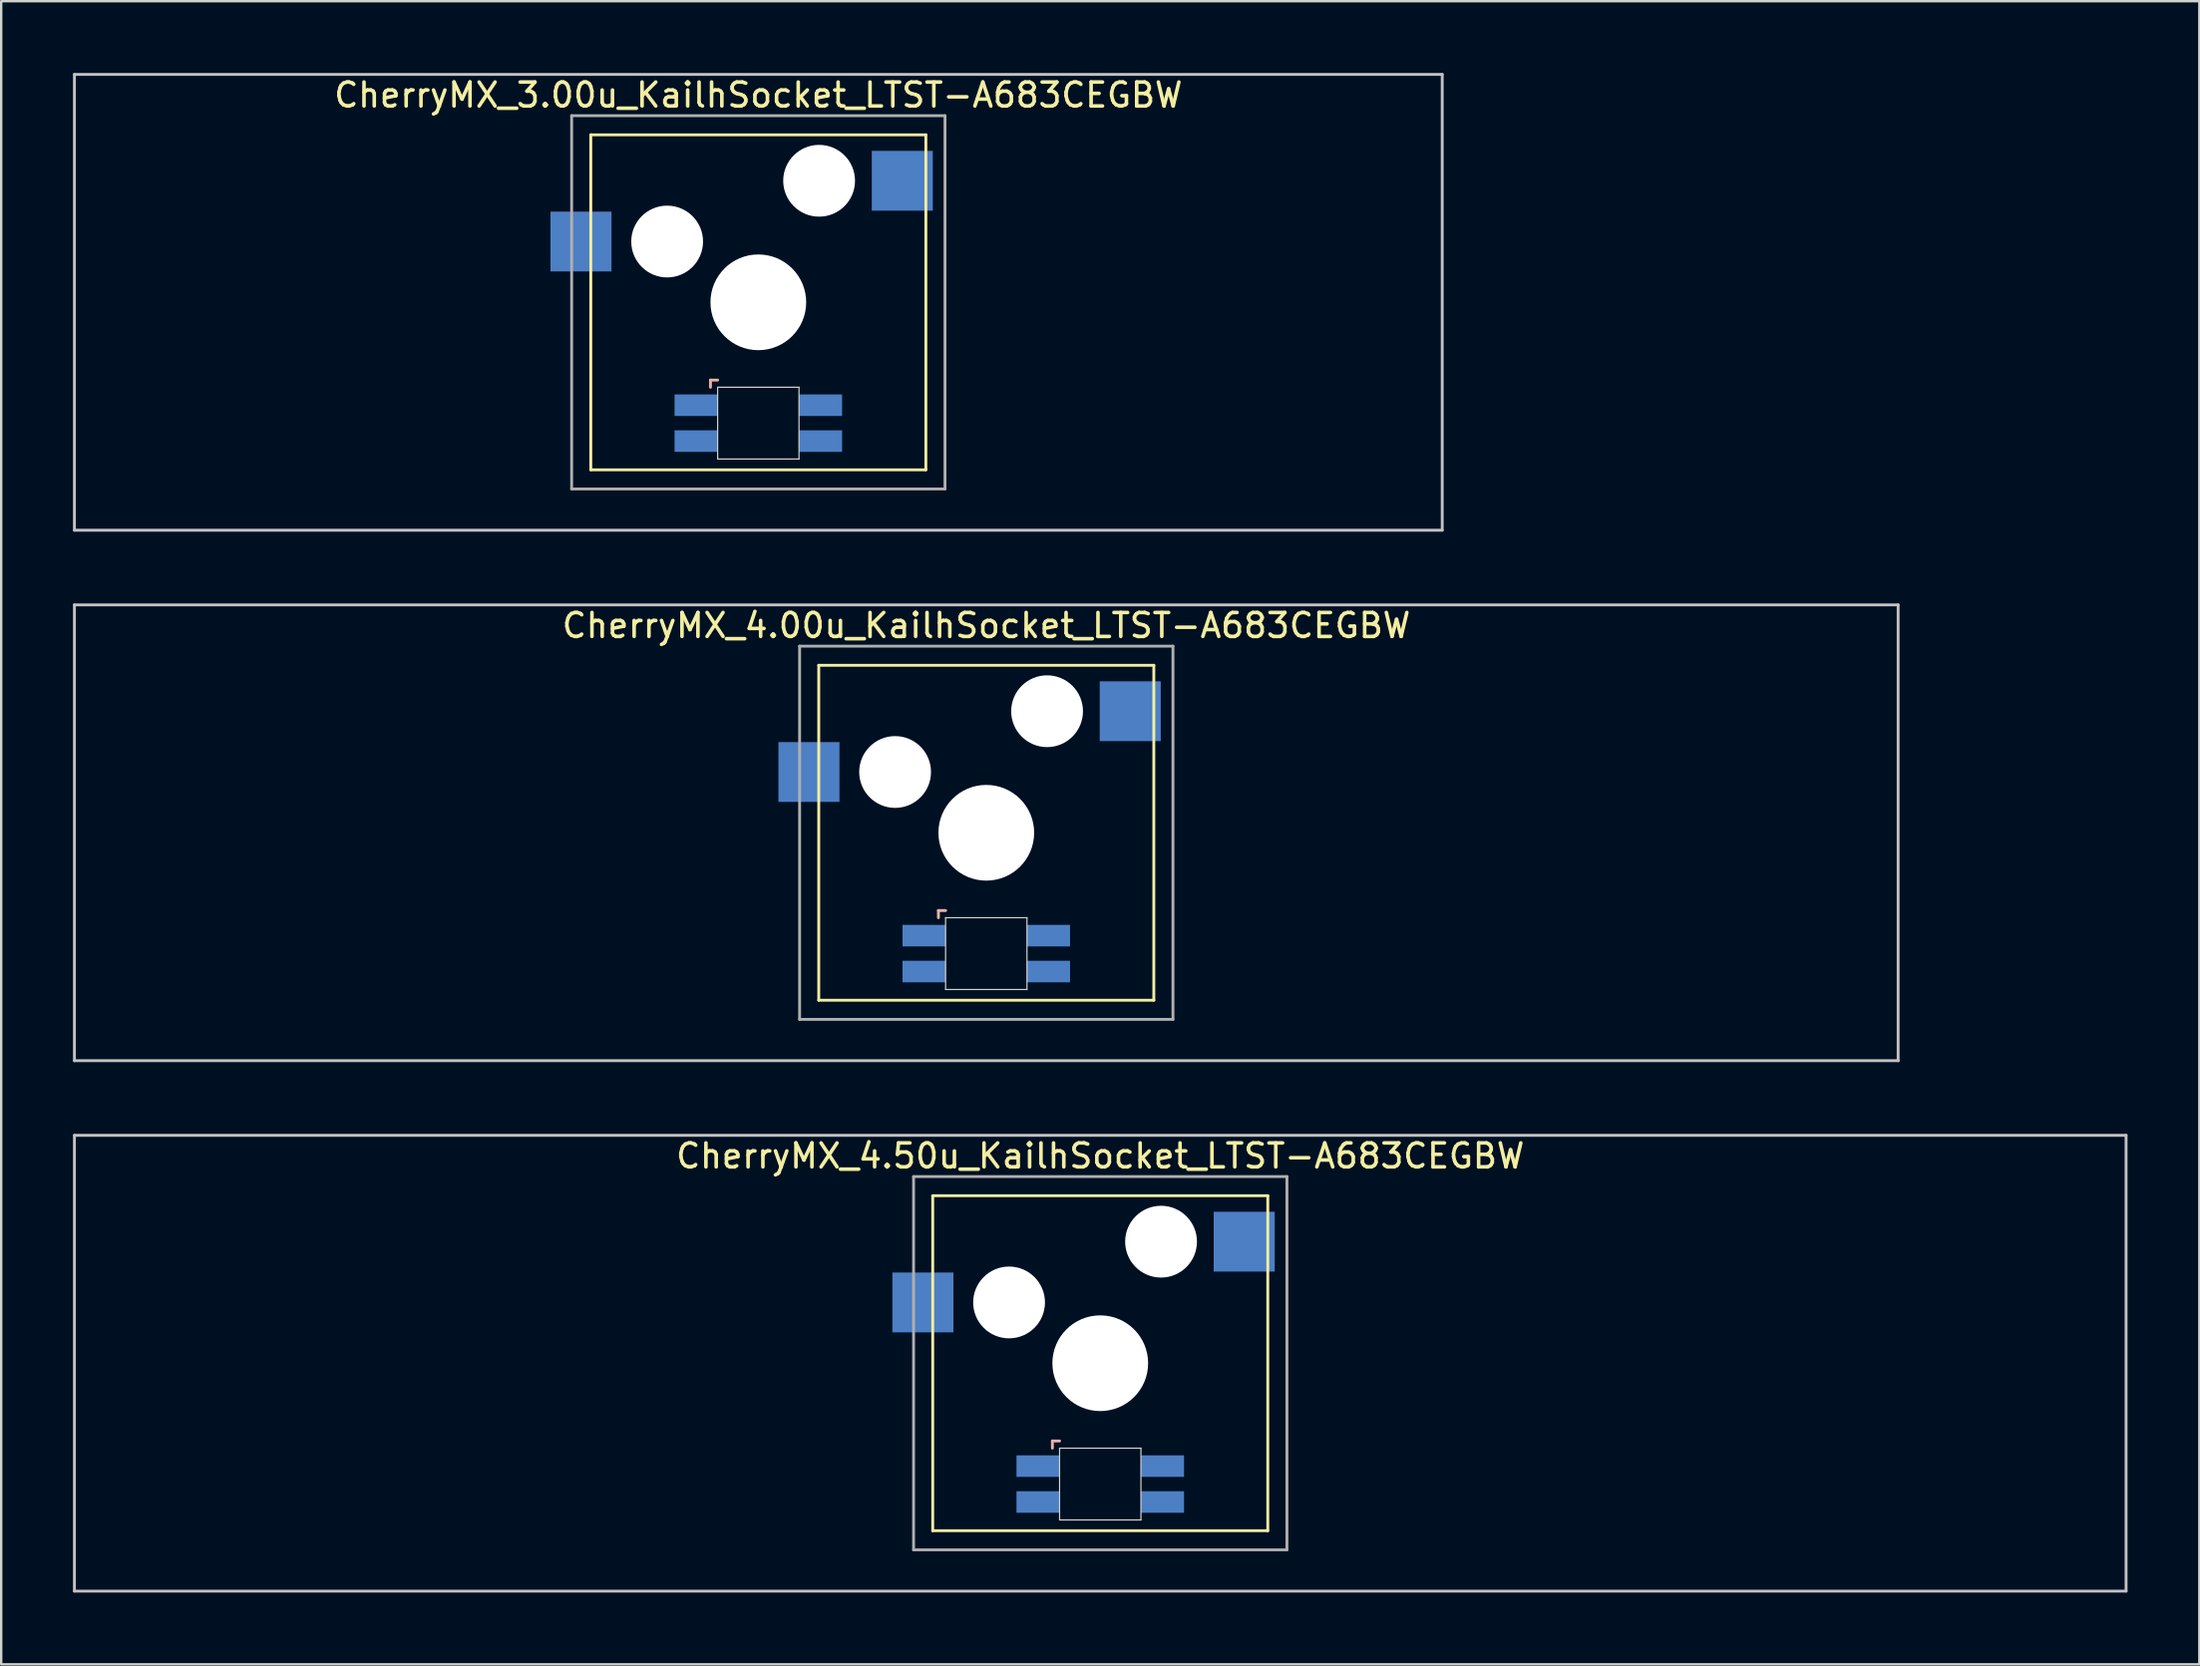
<source format=kicad_pcb>
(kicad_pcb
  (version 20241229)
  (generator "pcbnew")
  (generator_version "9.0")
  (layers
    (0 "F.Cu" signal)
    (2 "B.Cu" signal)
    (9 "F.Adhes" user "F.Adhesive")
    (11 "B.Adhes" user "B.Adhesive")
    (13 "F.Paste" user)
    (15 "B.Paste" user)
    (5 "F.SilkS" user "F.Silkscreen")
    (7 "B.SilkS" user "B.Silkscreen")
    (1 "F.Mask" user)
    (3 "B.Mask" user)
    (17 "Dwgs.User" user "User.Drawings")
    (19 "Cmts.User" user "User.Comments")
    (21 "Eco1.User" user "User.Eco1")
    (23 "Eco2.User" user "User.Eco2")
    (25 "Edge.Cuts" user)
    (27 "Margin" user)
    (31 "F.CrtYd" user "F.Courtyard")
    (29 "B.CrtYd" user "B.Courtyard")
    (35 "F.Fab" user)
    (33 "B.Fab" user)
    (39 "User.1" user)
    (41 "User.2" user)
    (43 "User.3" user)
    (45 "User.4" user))
  (footprint "CherryMX_4.00u_KailhSocket_LTST-A683CEGBW"
    (layer "F.Cu")
    (at 38.16 31.755)
    (property "Reference" "CherryMX_4.00u_KailhSocket_LTST-A683CEGBW" (at 0 -8.662 0) (layer "F.SilkS") (effects (font (size 1 1) (thickness 0.15))))
    (attr through_hole)
    (fp_line (start -7 -7) (end -7 7) (stroke (width 0.12) (type solid)) (layer "F.SilkS"))
    (fp_line (start -7 -7) (end 7 -7) (stroke (width 0.12) (type solid)) (layer "F.SilkS"))
    (fp_line (start 7 -7) (end 7 7) (stroke (width 0.12) (type solid)) (layer "F.SilkS"))
    (fp_line (start 7 7) (end -7 7) (stroke (width 0.12) (type solid)) (layer "F.SilkS"))
    (fp_line (start -2 3.25) (end -2 3.55) (stroke (width 0.12) (type solid)) (layer "B.SilkS"))
    (fp_line (start -1.7 3.25) (end -2 3.25) (stroke (width 0.12) (type solid)) (layer "B.SilkS"))
    (fp_line (start -38.1 -9.525) (end 38.1 -9.525) (stroke (width 0.12) (type solid)) (layer "Dwgs.User"))
    (fp_line (start -38.1 9.525) (end -38.1 -9.525) (stroke (width 0.12) (type solid)) (layer "Dwgs.User"))
    (fp_line (start 38.1 -9.525) (end 38.1 9.525) (stroke (width 0.12) (type solid)) (layer "Dwgs.User"))
    (fp_line (start 38.1 9.525) (end -38.1 9.525) (stroke (width 0.12) (type solid)) (layer "Dwgs.User"))
    (fp_line (start -1.7 3.55) (end 1.7 3.55) (stroke (width 0.05) (type solid)) (layer "Edge.Cuts"))
    (fp_line (start -1.7 6.55) (end -1.7 3.55) (stroke (width 0.05) (type solid)) (layer "Edge.Cuts"))
    (fp_line (start 1.7 3.55) (end 1.7 6.55) (stroke (width 0.05) (type solid)) (layer "Edge.Cuts"))
    (fp_line (start 1.7 6.55) (end -1.7 6.55) (stroke (width 0.05) (type solid)) (layer "Edge.Cuts"))
    (fp_line (start -7.8 -7.8) (end -7.8 7.8) (stroke (width 0.12) (type solid)) (layer "F.Fab"))
    (fp_line (start -7.8 -7.8) (end 7.8 -7.8) (stroke (width 0.12) (type solid)) (layer "F.Fab"))
    (fp_line (start -7.8 7.8) (end 7.8 7.8) (stroke (width 0.12) (type solid)) (layer "F.Fab"))
    (fp_line (start 7.8 -7.8) (end 7.8 7.8) (stroke (width 0.12) (type solid)) (layer "F.Fab"))
    (pad "" np_thru_hole circle (at -3.81 -2.54) (size 3 3) (drill 3) (layers "*.Cu" "*.Mask"))
    (pad "" np_thru_hole circle (at 0 0) (size 4 4) (drill 4) (layers "*.Cu" "*.Mask"))
    (pad "" np_thru_hole circle (at 2.54 -5.08) (size 3 3) (drill 3) (layers "*.Cu" "*.Mask"))
    (pad "1" smd rect (at -7.41 -2.54) (size 2.55 2.5) (layers "B.Cu" "B.Mask" "B.Paste"))
    (pad "2" smd rect (at 6.015 -5.08) (size 2.55 2.5) (layers "B.Cu" "B.Mask" "B.Paste"))
    (pad "3" smd rect (at -2.6 4.3) (size 1.8 0.9) (layers "B.Cu" "B.Mask" "B.Paste"))
    (pad "4" smd rect (at -2.6 5.8) (size 1.8 0.9) (layers "B.Cu" "B.Mask" "B.Paste"))
    (pad "5" smd rect (at 2.6 4.3) (size 1.8 0.9) (layers "B.Cu" "B.Mask" "B.Paste"))
    (pad "6" smd rect (at 2.6 5.8) (size 1.8 0.9) (layers "B.Cu" "B.Mask" "B.Paste")))
  (footprint "CherryMX_3.00u_KailhSocket_LTST-A683CEGBW"
    (layer "F.Cu")
    (at 28.635 9.585)
    (property "Reference" "CherryMX_3.00u_KailhSocket_LTST-A683CEGBW" (at 0 -8.662 0) (layer "F.SilkS") (effects (font (size 1 1) (thickness 0.15))))
    (attr through_hole)
    (fp_line (start -7 -7) (end -7 7) (stroke (width 0.12) (type solid)) (layer "F.SilkS"))
    (fp_line (start -7 -7) (end 7 -7) (stroke (width 0.12) (type solid)) (layer "F.SilkS"))
    (fp_line (start 7 -7) (end 7 7) (stroke (width 0.12) (type solid)) (layer "F.SilkS"))
    (fp_line (start 7 7) (end -7 7) (stroke (width 0.12) (type solid)) (layer "F.SilkS"))
    (fp_line (start -2 3.25) (end -2 3.55) (stroke (width 0.12) (type solid)) (layer "B.SilkS"))
    (fp_line (start -1.7 3.25) (end -2 3.25) (stroke (width 0.12) (type solid)) (layer "B.SilkS"))
    (fp_line (start -28.575 -9.525) (end 28.575 -9.525) (stroke (width 0.12) (type solid)) (layer "Dwgs.User"))
    (fp_line (start -28.575 9.525) (end -28.575 -9.525) (stroke (width 0.12) (type solid)) (layer "Dwgs.User"))
    (fp_line (start 28.575 -9.525) (end 28.575 9.525) (stroke (width 0.12) (type solid)) (layer "Dwgs.User"))
    (fp_line (start 28.575 9.525) (end -28.575 9.525) (stroke (width 0.12) (type solid)) (layer "Dwgs.User"))
    (fp_line (start -1.7 3.55) (end 1.7 3.55) (stroke (width 0.05) (type solid)) (layer "Edge.Cuts"))
    (fp_line (start -1.7 6.55) (end -1.7 3.55) (stroke (width 0.05) (type solid)) (layer "Edge.Cuts"))
    (fp_line (start 1.7 3.55) (end 1.7 6.55) (stroke (width 0.05) (type solid)) (layer "Edge.Cuts"))
    (fp_line (start 1.7 6.55) (end -1.7 6.55) (stroke (width 0.05) (type solid)) (layer "Edge.Cuts"))
    (fp_line (start -7.8 -7.8) (end -7.8 7.8) (stroke (width 0.12) (type solid)) (layer "F.Fab"))
    (fp_line (start -7.8 -7.8) (end 7.8 -7.8) (stroke (width 0.12) (type solid)) (layer "F.Fab"))
    (fp_line (start -7.8 7.8) (end 7.8 7.8) (stroke (width 0.12) (type solid)) (layer "F.Fab"))
    (fp_line (start 7.8 -7.8) (end 7.8 7.8) (stroke (width 0.12) (type solid)) (layer "F.Fab"))
    (pad "" np_thru_hole circle (at -3.81 -2.54) (size 3 3) (drill 3) (layers "*.Cu" "*.Mask"))
    (pad "" np_thru_hole circle (at 0 0) (size 4 4) (drill 4) (layers "*.Cu" "*.Mask"))
    (pad "" np_thru_hole circle (at 2.54 -5.08) (size 3 3) (drill 3) (layers "*.Cu" "*.Mask"))
    (pad "1" smd rect (at -7.41 -2.54) (size 2.55 2.5) (layers "B.Cu" "B.Mask" "B.Paste"))
    (pad "2" smd rect (at 6.015 -5.08) (size 2.55 2.5) (layers "B.Cu" "B.Mask" "B.Paste"))
    (pad "3" smd rect (at -2.6 4.3) (size 1.8 0.9) (layers "B.Cu" "B.Mask" "B.Paste"))
    (pad "4" smd rect (at -2.6 5.8) (size 1.8 0.9) (layers "B.Cu" "B.Mask" "B.Paste"))
    (pad "5" smd rect (at 2.6 4.3) (size 1.8 0.9) (layers "B.Cu" "B.Mask" "B.Paste"))
    (pad "6" smd rect (at 2.6 5.8) (size 1.8 0.9) (layers "B.Cu" "B.Mask" "B.Paste")))
  (footprint "CherryMX_4.50u_KailhSocket_LTST-A683CEGBW"
    (layer "F.Cu")
    (at 42.922 53.925)
    (property "Reference" "CherryMX_4.50u_KailhSocket_LTST-A683CEGBW" (at 0 -8.662 0) (layer "F.SilkS") (effects (font (size 1 1) (thickness 0.15))))
    (attr through_hole)
    (fp_line (start -7 -7) (end -7 7) (stroke (width 0.12) (type solid)) (layer "F.SilkS"))
    (fp_line (start -7 -7) (end 7 -7) (stroke (width 0.12) (type solid)) (layer "F.SilkS"))
    (fp_line (start 7 -7) (end 7 7) (stroke (width 0.12) (type solid)) (layer "F.SilkS"))
    (fp_line (start 7 7) (end -7 7) (stroke (width 0.12) (type solid)) (layer "F.SilkS"))
    (fp_line (start -2 3.25) (end -2 3.55) (stroke (width 0.12) (type solid)) (layer "B.SilkS"))
    (fp_line (start -1.7 3.25) (end -2 3.25) (stroke (width 0.12) (type solid)) (layer "B.SilkS"))
    (fp_line (start -42.862 -9.525) (end 42.862 -9.525) (stroke (width 0.12) (type solid)) (layer "Dwgs.User"))
    (fp_line (start -42.862 9.525) (end -42.862 -9.525) (stroke (width 0.12) (type solid)) (layer "Dwgs.User"))
    (fp_line (start 42.862 -9.525) (end 42.862 9.525) (stroke (width 0.12) (type solid)) (layer "Dwgs.User"))
    (fp_line (start 42.862 9.525) (end -42.862 9.525) (stroke (width 0.12) (type solid)) (layer "Dwgs.User"))
    (fp_line (start -1.7 3.55) (end 1.7 3.55) (stroke (width 0.05) (type solid)) (layer "Edge.Cuts"))
    (fp_line (start -1.7 6.55) (end -1.7 3.55) (stroke (width 0.05) (type solid)) (layer "Edge.Cuts"))
    (fp_line (start 1.7 3.55) (end 1.7 6.55) (stroke (width 0.05) (type solid)) (layer "Edge.Cuts"))
    (fp_line (start 1.7 6.55) (end -1.7 6.55) (stroke (width 0.05) (type solid)) (layer "Edge.Cuts"))
    (fp_line (start -7.8 -7.8) (end -7.8 7.8) (stroke (width 0.12) (type solid)) (layer "F.Fab"))
    (fp_line (start -7.8 -7.8) (end 7.8 -7.8) (stroke (width 0.12) (type solid)) (layer "F.Fab"))
    (fp_line (start -7.8 7.8) (end 7.8 7.8) (stroke (width 0.12) (type solid)) (layer "F.Fab"))
    (fp_line (start 7.8 -7.8) (end 7.8 7.8) (stroke (width 0.12) (type solid)) (layer "F.Fab"))
    (pad "" np_thru_hole circle (at -3.81 -2.54) (size 3 3) (drill 3) (layers "*.Cu" "*.Mask"))
    (pad "" np_thru_hole circle (at 0 0) (size 4 4) (drill 4) (layers "*.Cu" "*.Mask"))
    (pad "" np_thru_hole circle (at 2.54 -5.08) (size 3 3) (drill 3) (layers "*.Cu" "*.Mask"))
    (pad "1" smd rect (at -7.41 -2.54) (size 2.55 2.5) (layers "B.Cu" "B.Mask" "B.Paste"))
    (pad "2" smd rect (at 6.015 -5.08) (size 2.55 2.5) (layers "B.Cu" "B.Mask" "B.Paste"))
    (pad "3" smd rect (at -2.6 4.3) (size 1.8 0.9) (layers "B.Cu" "B.Mask" "B.Paste"))
    (pad "4" smd rect (at -2.6 5.8) (size 1.8 0.9) (layers "B.Cu" "B.Mask" "B.Paste"))
    (pad "5" smd rect (at 2.6 4.3) (size 1.8 0.9) (layers "B.Cu" "B.Mask" "B.Paste"))
    (pad "6" smd rect (at 2.6 5.8) (size 1.8 0.9) (layers "B.Cu" "B.Mask" "B.Paste")))
  (gr_rect
    (start -3 -3)
    (end 88.845 66.51)
    (stroke (width 0.1) (type default))
    (fill no)
    (layer "Edge.Cuts")))
</source>
